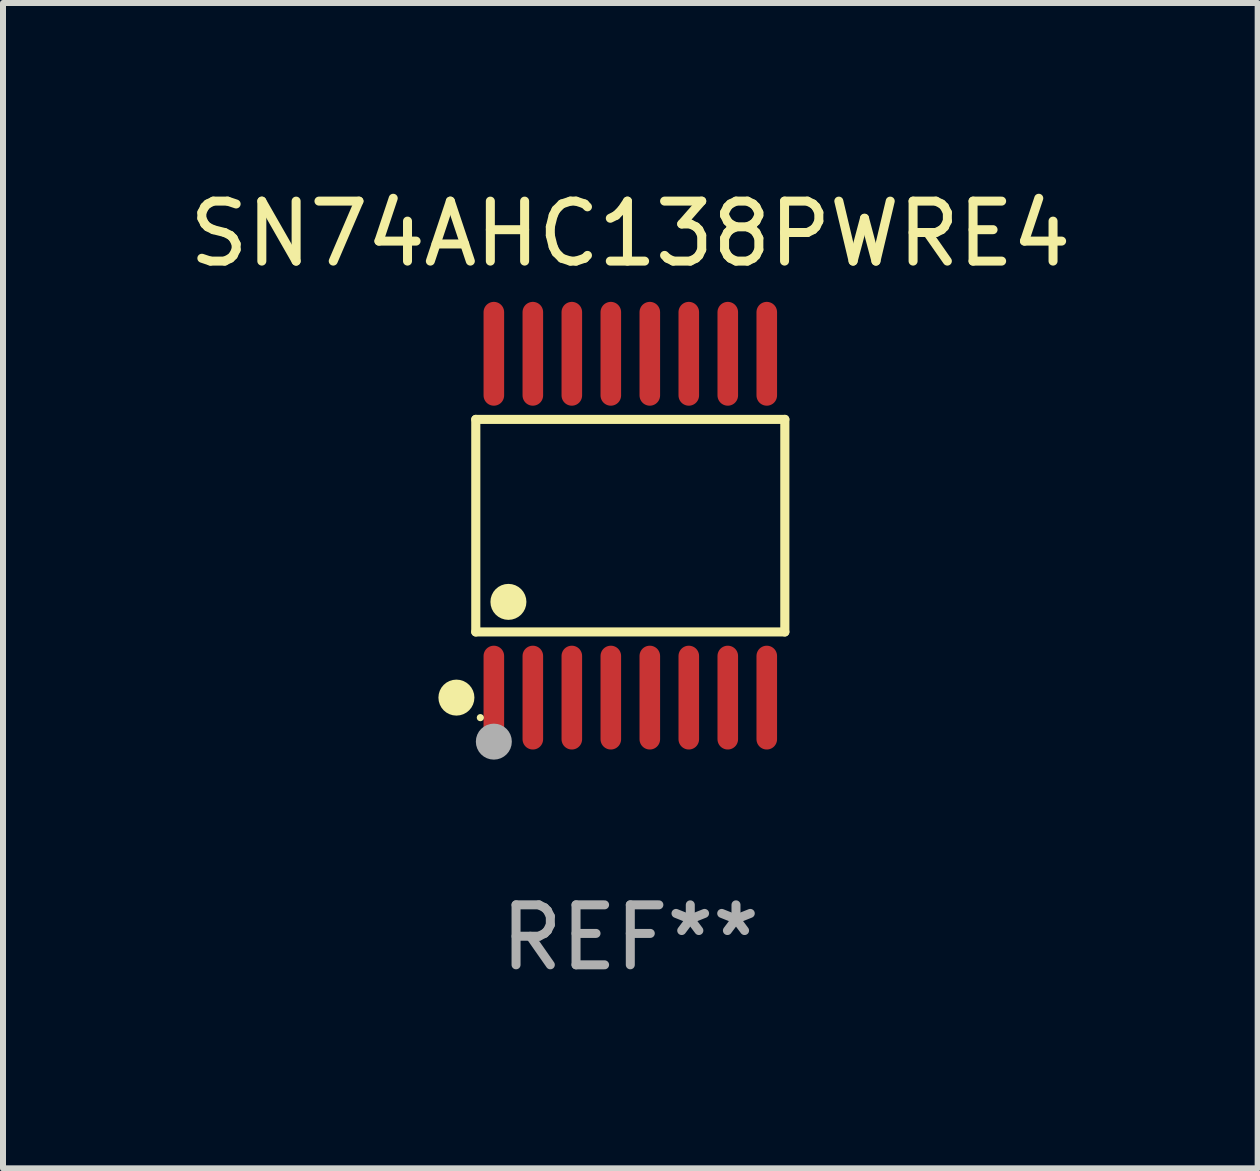
<source format=kicad_pcb>
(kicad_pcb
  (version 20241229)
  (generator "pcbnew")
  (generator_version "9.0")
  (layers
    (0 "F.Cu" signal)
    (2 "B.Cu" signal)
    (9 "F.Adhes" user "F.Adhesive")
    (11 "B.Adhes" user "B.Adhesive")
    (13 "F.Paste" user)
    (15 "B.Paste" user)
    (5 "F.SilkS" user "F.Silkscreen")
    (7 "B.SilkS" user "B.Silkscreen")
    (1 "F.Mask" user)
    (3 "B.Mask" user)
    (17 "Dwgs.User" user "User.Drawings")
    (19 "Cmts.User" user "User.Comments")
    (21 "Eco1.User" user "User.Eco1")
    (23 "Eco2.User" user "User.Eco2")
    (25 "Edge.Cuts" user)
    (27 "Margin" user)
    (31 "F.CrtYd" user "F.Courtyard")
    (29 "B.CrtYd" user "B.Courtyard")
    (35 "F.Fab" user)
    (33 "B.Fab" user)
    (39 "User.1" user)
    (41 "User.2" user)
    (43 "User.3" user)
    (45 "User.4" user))
  (footprint "SN74AHC138PWRE4"
    (layer "F.Cu")
    (at 7.458 5.714)
    (property "Reference" "SN74AHC138PWRE4" (at 0 -4.866 0) (layer "F.SilkS") (effects (font (size 1 1) (thickness 0.15))))
    (attr through_hole)
    (fp_line (start -2.576 -1.772) (end 2.576 -1.772) (stroke (width 0.152) (type solid)) (layer "F.SilkS"))
    (fp_line (start -2.576 1.771) (end -2.576 -1.772) (stroke (width 0.152) (type solid)) (layer "F.SilkS"))
    (fp_line (start 2.576 -1.772) (end 2.576 1.771) (stroke (width 0.152) (type solid)) (layer "F.SilkS"))
    (fp_line (start 2.576 1.771) (end -2.576 1.771) (stroke (width 0.152) (type solid)) (layer "F.SilkS"))
    (fp_circle (center -2.899 2.866) (end -2.749 2.866) (stroke (width 0.3) (type solid)) (fill no) (layer "F.SilkS"))
    (fp_circle (center -2.5 3.2) (end -2.47 3.2) (stroke (width 0.06) (type solid)) (fill no) (layer "F.SilkS"))
    (fp_circle (center -2.032 1.27) (end -1.882 1.27) (stroke (width 0.3) (type solid)) (fill no) (layer "F.SilkS"))
    (fp_circle (center -2.275 3.6) (end -2.125 3.6) (stroke (width 0.3) (type solid)) (fill no) (layer "F.Fab"))
    (fp_text user "REF**" (at 0 6.866 0) (layer "F.Fab") (effects (font (size 1 1) (thickness 0.15))))
    (pad "1" smd oval (at -2.275 2.866) (size 0.343 1.731) (layers "F.Cu" "F.Mask" "F.Paste"))
    (pad "2" smd oval (at -1.625 2.866) (size 0.343 1.731) (layers "F.Cu" "F.Mask" "F.Paste"))
    (pad "3" smd oval (at -0.975 2.866) (size 0.343 1.731) (layers "F.Cu" "F.Mask" "F.Paste"))
    (pad "4" smd oval (at -0.325 2.866) (size 0.343 1.731) (layers "F.Cu" "F.Mask" "F.Paste"))
    (pad "5" smd oval (at 0.325 2.866) (size 0.343 1.731) (layers "F.Cu" "F.Mask" "F.Paste"))
    (pad "6" smd oval (at 0.975 2.866) (size 0.343 1.731) (layers "F.Cu" "F.Mask" "F.Paste"))
    (pad "7" smd oval (at 1.625 2.866) (size 0.343 1.731) (layers "F.Cu" "F.Mask" "F.Paste"))
    (pad "8" smd oval (at 2.275 2.866) (size 0.343 1.731) (layers "F.Cu" "F.Mask" "F.Paste"))
    (pad "9" smd oval (at 2.275 -2.866) (size 0.343 1.731) (layers "F.Cu" "F.Mask" "F.Paste"))
    (pad "10" smd oval (at 1.625 -2.866) (size 0.343 1.731) (layers "F.Cu" "F.Mask" "F.Paste"))
    (pad "11" smd oval (at 0.975 -2.866) (size 0.343 1.731) (layers "F.Cu" "F.Mask" "F.Paste"))
    (pad "12" smd oval (at 0.325 -2.866) (size 0.343 1.731) (layers "F.Cu" "F.Mask" "F.Paste"))
    (pad "13" smd oval (at -0.325 -2.866) (size 0.343 1.731) (layers "F.Cu" "F.Mask" "F.Paste"))
    (pad "14" smd oval (at -0.975 -2.866) (size 0.343 1.731) (layers "F.Cu" "F.Mask" "F.Paste"))
    (pad "15" smd oval (at -1.625 -2.866) (size 0.343 1.731) (layers "F.Cu" "F.Mask" "F.Paste"))
    (pad "16" smd oval (at -2.275 -2.866) (size 0.343 1.731) (layers "F.Cu" "F.Mask" "F.Paste")))
  (gr_rect
    (start -3 -3)
    (end 17.917 16.428)
    (stroke (width 0.1) (type default))
    (fill no)
    (layer "Edge.Cuts")))
</source>
